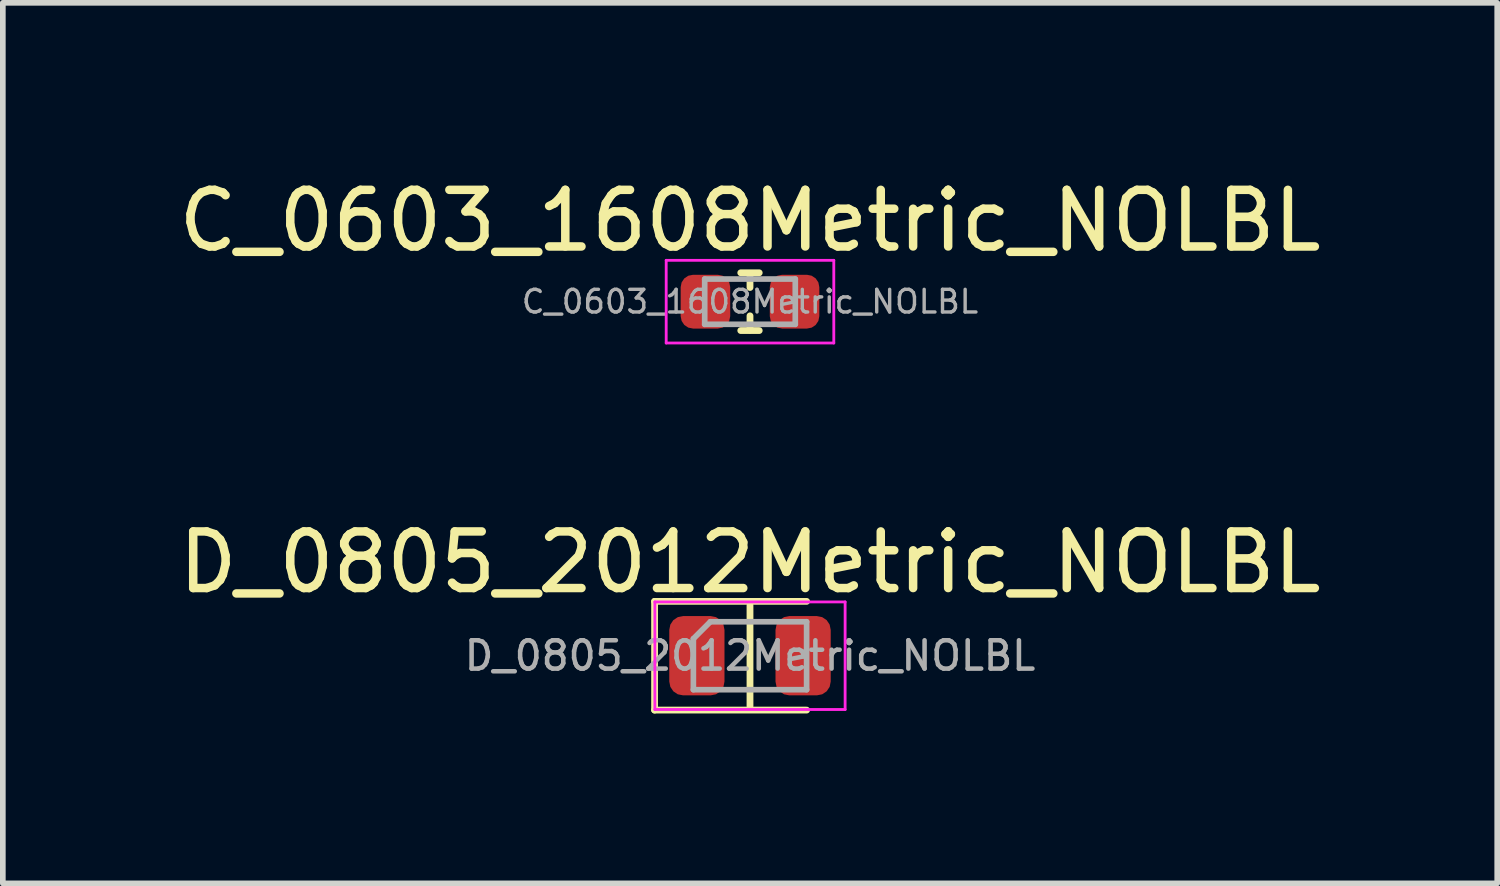
<source format=kicad_pcb>
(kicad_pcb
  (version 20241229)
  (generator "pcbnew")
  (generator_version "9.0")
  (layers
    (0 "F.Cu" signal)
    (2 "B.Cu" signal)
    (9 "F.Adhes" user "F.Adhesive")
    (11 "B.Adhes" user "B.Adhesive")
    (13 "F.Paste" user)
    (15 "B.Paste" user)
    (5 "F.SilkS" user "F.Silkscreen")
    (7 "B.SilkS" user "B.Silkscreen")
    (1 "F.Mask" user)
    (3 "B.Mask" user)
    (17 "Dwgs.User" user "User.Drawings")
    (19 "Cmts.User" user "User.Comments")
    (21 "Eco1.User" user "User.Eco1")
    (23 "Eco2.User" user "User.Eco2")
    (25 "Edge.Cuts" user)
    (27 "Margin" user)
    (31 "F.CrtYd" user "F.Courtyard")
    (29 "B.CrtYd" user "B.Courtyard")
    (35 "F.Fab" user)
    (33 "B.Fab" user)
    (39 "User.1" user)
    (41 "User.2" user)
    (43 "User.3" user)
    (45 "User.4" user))
  (footprint "D_0805_2012Metric_NOLBL"
    (layer "F.Cu")
    (at 10.196 8.531)
    (property "Reference" "D_0805_2012Metric_NOLBL" (at 0 -1.65 0) (layer "F.SilkS") (effects (font (size 1 1) (thickness 0.15))))
    (attr smd)
    (fp_line (start -1.685 -0.96) (end -1.685 0.96) (stroke (width 0.12) (type solid)) (layer "F.SilkS"))
    (fp_line (start -1.685 0.96) (end 1 0.96) (stroke (width 0.12) (type solid)) (layer "F.SilkS"))
    (fp_line (start 0 0.889) (end 0 -0.889) (stroke (width 0.12) (type solid)) (layer "F.SilkS"))
    (fp_line (start 1 -0.96) (end -1.685 -0.96) (stroke (width 0.12) (type solid)) (layer "F.SilkS"))
    (fp_line (start -1.68 -0.95) (end 1.68 -0.95) (stroke (width 0.05) (type solid)) (layer "F.CrtYd"))
    (fp_line (start -1.68 0.95) (end -1.68 -0.95) (stroke (width 0.05) (type solid)) (layer "F.CrtYd"))
    (fp_line (start 1.68 -0.95) (end 1.68 0.95) (stroke (width 0.05) (type solid)) (layer "F.CrtYd"))
    (fp_line (start 1.68 0.95) (end -1.68 0.95) (stroke (width 0.05) (type solid)) (layer "F.CrtYd"))
    (fp_line (start -1 -0.3) (end -1 0.6) (stroke (width 0.1) (type solid)) (layer "F.Fab"))
    (fp_line (start -1 0.6) (end 1 0.6) (stroke (width 0.1) (type solid)) (layer "F.Fab"))
    (fp_line (start -0.7 -0.6) (end -1 -0.3) (stroke (width 0.1) (type solid)) (layer "F.Fab"))
    (fp_line (start 1 -0.6) (end -0.7 -0.6) (stroke (width 0.1) (type solid)) (layer "F.Fab"))
    (fp_line (start 1 0.6) (end 1 -0.6) (stroke (width 0.1) (type solid)) (layer "F.Fab"))
    (fp_text user "${REFERENCE}" (at 0 0 0) (layer "F.Fab") (effects (font (size 0.5 0.5) (thickness 0.08))))
    (pad "1" smd roundrect (at -0.938 0) (size 0.975 1.4) (layers "F.Cu" "F.Mask" "F.Paste") (roundrect_rratio 0.25))
    (pad "2" smd roundrect (at 0.938 0) (size 0.975 1.4) (layers "F.Cu" "F.Mask" "F.Paste") (roundrect_rratio 0.25)))
  (footprint "C_0603_1608Metric_NOLBL"
    (layer "F.Cu")
    (at 10.196 2.278)
    (property "Reference" "C_0603_1608Metric_NOLBL" (at 0 -1.43 0) (layer "F.SilkS") (effects (font (size 1 1) (thickness 0.15))))
    (attr smd)
    (fp_line (start -0.163 -0.51) (end 0.163 -0.51) (stroke (width 0.12) (type solid)) (layer "F.SilkS"))
    (fp_line (start -0.163 0.51) (end 0.163 0.51) (stroke (width 0.12) (type solid)) (layer "F.SilkS"))
    (fp_line (start 0 -0.5) (end 0 -0.25) (stroke (width 0.12) (type solid)) (layer "F.SilkS"))
    (fp_line (start 0 0.5) (end 0 0.25) (stroke (width 0.12) (type solid)) (layer "F.SilkS"))
    (fp_line (start -1.48 -0.73) (end 1.48 -0.73) (stroke (width 0.05) (type solid)) (layer "F.CrtYd"))
    (fp_line (start -1.48 0.73) (end -1.48 -0.73) (stroke (width 0.05) (type solid)) (layer "F.CrtYd"))
    (fp_line (start 1.48 -0.73) (end 1.48 0.73) (stroke (width 0.05) (type solid)) (layer "F.CrtYd"))
    (fp_line (start 1.48 0.73) (end -1.48 0.73) (stroke (width 0.05) (type solid)) (layer "F.CrtYd"))
    (fp_line (start -0.8 -0.4) (end 0.8 -0.4) (stroke (width 0.1) (type solid)) (layer "F.Fab"))
    (fp_line (start -0.8 0.4) (end -0.8 -0.4) (stroke (width 0.1) (type solid)) (layer "F.Fab"))
    (fp_line (start 0.8 -0.4) (end 0.8 0.4) (stroke (width 0.1) (type solid)) (layer "F.Fab"))
    (fp_line (start 0.8 0.4) (end -0.8 0.4) (stroke (width 0.1) (type solid)) (layer "F.Fab"))
    (fp_text user "${REFERENCE}" (at 0 0 0) (layer "F.Fab") (effects (font (size 0.4 0.4) (thickness 0.06))))
    (pad "1" smd roundrect (at -0.787 0) (size 0.875 0.95) (layers "F.Cu" "F.Mask" "F.Paste") (roundrect_rratio 0.25))
    (pad "2" smd roundrect (at 0.787 0) (size 0.875 0.95) (layers "F.Cu" "F.Mask" "F.Paste") (roundrect_rratio 0.25)))
  (gr_rect
    (start -3 -3)
    (end 23.393 12.552)
    (stroke (width 0.1) (type default))
    (fill no)
    (layer "Edge.Cuts")))
</source>
